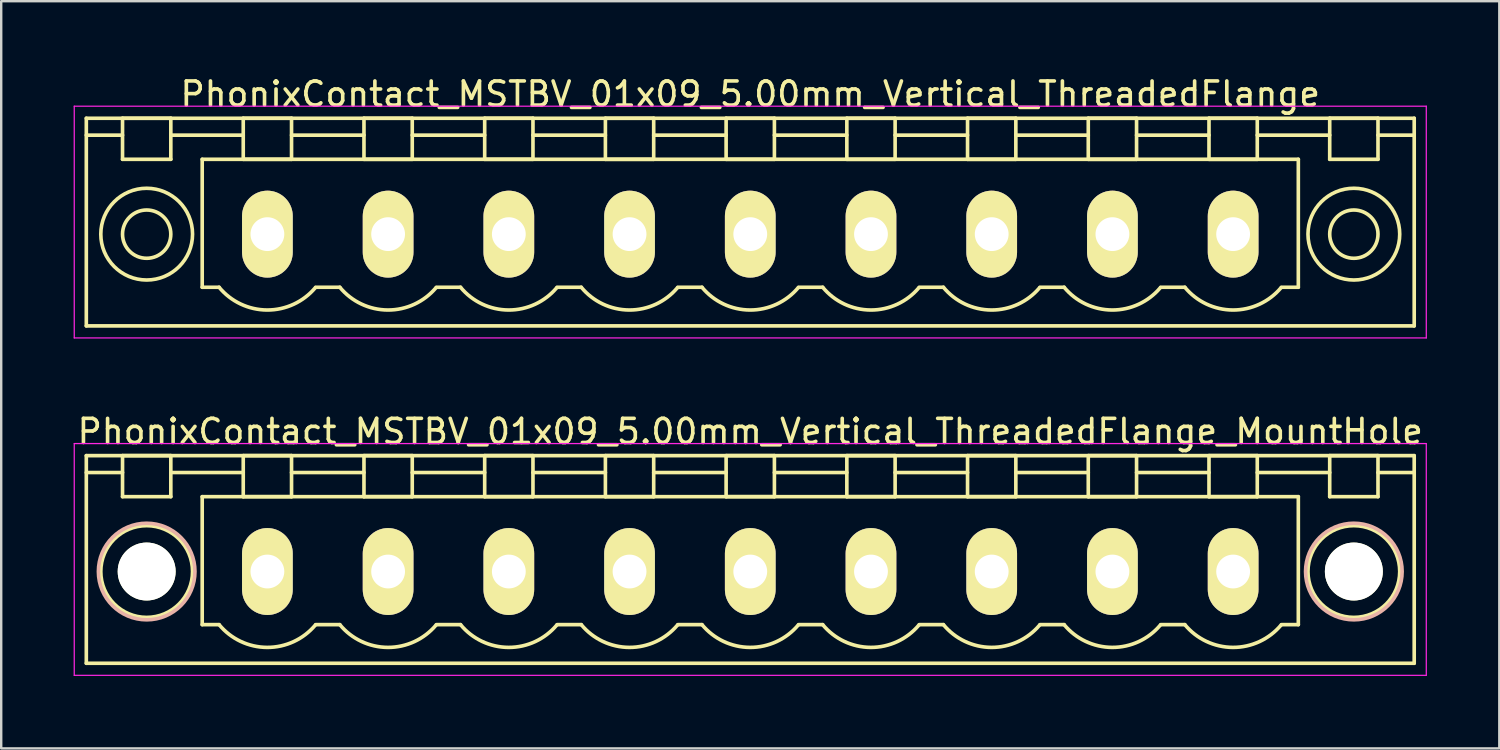
<source format=kicad_pcb>
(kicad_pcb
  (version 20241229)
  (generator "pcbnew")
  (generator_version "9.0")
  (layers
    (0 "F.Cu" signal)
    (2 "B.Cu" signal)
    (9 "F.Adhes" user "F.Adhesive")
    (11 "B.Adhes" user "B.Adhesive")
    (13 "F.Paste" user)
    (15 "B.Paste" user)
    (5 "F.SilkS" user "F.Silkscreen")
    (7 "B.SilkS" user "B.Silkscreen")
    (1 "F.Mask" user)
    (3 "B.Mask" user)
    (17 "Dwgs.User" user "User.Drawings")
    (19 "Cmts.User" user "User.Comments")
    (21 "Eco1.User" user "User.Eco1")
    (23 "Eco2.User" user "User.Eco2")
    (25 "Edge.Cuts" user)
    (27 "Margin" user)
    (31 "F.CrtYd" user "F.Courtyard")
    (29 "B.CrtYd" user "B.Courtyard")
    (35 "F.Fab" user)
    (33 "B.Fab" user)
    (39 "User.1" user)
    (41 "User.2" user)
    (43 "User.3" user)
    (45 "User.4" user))
  (footprint "PhonixContact_MSTBV_01x09_5.00mm_Vertical_ThreadedFlange_MountHole"
    (layer "F.Cu")
    (at 8.025 20.622)
    (property "Reference" "PhonixContact_MSTBV_01x09_5.00mm_Vertical_ThreadedFlange_MountHole" (at 20 -5.8 0) (layer "F.SilkS") (effects (font (size 1 1) (thickness 0.15))))
    (attr through_hole)
    (fp_line (start -7.5 -4.8) (end -7.5 3.8) (stroke (width 0.15) (type solid)) (layer "F.SilkS"))
    (fp_line (start -7.5 -4.1) (end -6 -4.1) (stroke (width 0.15) (type solid)) (layer "F.SilkS"))
    (fp_line (start -7.5 3.8) (end 47.5 3.8) (stroke (width 0.15) (type solid)) (layer "F.SilkS"))
    (fp_line (start -6 -4.8) (end -4 -4.8) (stroke (width 0.15) (type solid)) (layer "F.SilkS"))
    (fp_line (start -6 -3.1) (end -6 -4.8) (stroke (width 0.15) (type solid)) (layer "F.SilkS"))
    (fp_line (start -4 -4.8) (end -4 -3.1) (stroke (width 0.15) (type solid)) (layer "F.SilkS"))
    (fp_line (start -4 -4.1) (end -1 -4.1) (stroke (width 0.15) (type solid)) (layer "F.SilkS"))
    (fp_line (start -4 -3.1) (end -6 -3.1) (stroke (width 0.15) (type solid)) (layer "F.SilkS"))
    (fp_line (start -2.7 -3.1) (end 42.7 -3.1) (stroke (width 0.15) (type solid)) (layer "F.SilkS"))
    (fp_line (start -2.7 2.2) (end -2.7 -3.1) (stroke (width 0.15) (type solid)) (layer "F.SilkS"))
    (fp_line (start -2 2.2) (end -2.7 2.2) (stroke (width 0.15) (type solid)) (layer "F.SilkS"))
    (fp_line (start -1 -4.8) (end 1 -4.8) (stroke (width 0.15) (type solid)) (layer "F.SilkS"))
    (fp_line (start -1 -3.1) (end -1 -4.8) (stroke (width 0.15) (type solid)) (layer "F.SilkS"))
    (fp_line (start 1 -4.8) (end 1 -3.1) (stroke (width 0.15) (type solid)) (layer "F.SilkS"))
    (fp_line (start 1 -4.1) (end 4 -4.1) (stroke (width 0.15) (type solid)) (layer "F.SilkS"))
    (fp_line (start 1 -3.1) (end -1 -3.1) (stroke (width 0.15) (type solid)) (layer "F.SilkS"))
    (fp_line (start 2 2.2) (end 3 2.2) (stroke (width 0.15) (type solid)) (layer "F.SilkS"))
    (fp_line (start 4 -4.8) (end 6 -4.8) (stroke (width 0.15) (type solid)) (layer "F.SilkS"))
    (fp_line (start 4 -3.1) (end 4 -4.8) (stroke (width 0.15) (type solid)) (layer "F.SilkS"))
    (fp_line (start 6 -4.8) (end 6 -3.1) (stroke (width 0.15) (type solid)) (layer "F.SilkS"))
    (fp_line (start 6 -4.1) (end 9 -4.1) (stroke (width 0.15) (type solid)) (layer "F.SilkS"))
    (fp_line (start 6 -3.1) (end 4 -3.1) (stroke (width 0.15) (type solid)) (layer "F.SilkS"))
    (fp_line (start 7 2.2) (end 8 2.2) (stroke (width 0.15) (type solid)) (layer "F.SilkS"))
    (fp_line (start 9 -4.8) (end 11 -4.8) (stroke (width 0.15) (type solid)) (layer "F.SilkS"))
    (fp_line (start 9 -3.1) (end 9 -4.8) (stroke (width 0.15) (type solid)) (layer "F.SilkS"))
    (fp_line (start 11 -4.8) (end 11 -3.1) (stroke (width 0.15) (type solid)) (layer "F.SilkS"))
    (fp_line (start 11 -4.1) (end 14 -4.1) (stroke (width 0.15) (type solid)) (layer "F.SilkS"))
    (fp_line (start 11 -3.1) (end 9 -3.1) (stroke (width 0.15) (type solid)) (layer "F.SilkS"))
    (fp_line (start 12 2.2) (end 13 2.2) (stroke (width 0.15) (type solid)) (layer "F.SilkS"))
    (fp_line (start 14 -4.8) (end 16 -4.8) (stroke (width 0.15) (type solid)) (layer "F.SilkS"))
    (fp_line (start 14 -3.1) (end 14 -4.8) (stroke (width 0.15) (type solid)) (layer "F.SilkS"))
    (fp_line (start 16 -4.8) (end 16 -3.1) (stroke (width 0.15) (type solid)) (layer "F.SilkS"))
    (fp_line (start 16 -4.1) (end 19 -4.1) (stroke (width 0.15) (type solid)) (layer "F.SilkS"))
    (fp_line (start 16 -3.1) (end 14 -3.1) (stroke (width 0.15) (type solid)) (layer "F.SilkS"))
    (fp_line (start 17 2.2) (end 18 2.2) (stroke (width 0.15) (type solid)) (layer "F.SilkS"))
    (fp_line (start 19 -4.8) (end 21 -4.8) (stroke (width 0.15) (type solid)) (layer "F.SilkS"))
    (fp_line (start 19 -3.1) (end 19 -4.8) (stroke (width 0.15) (type solid)) (layer "F.SilkS"))
    (fp_line (start 21 -4.8) (end 21 -3.1) (stroke (width 0.15) (type solid)) (layer "F.SilkS"))
    (fp_line (start 21 -4.1) (end 24 -4.1) (stroke (width 0.15) (type solid)) (layer "F.SilkS"))
    (fp_line (start 21 -3.1) (end 19 -3.1) (stroke (width 0.15) (type solid)) (layer "F.SilkS"))
    (fp_line (start 22 2.2) (end 23 2.2) (stroke (width 0.15) (type solid)) (layer "F.SilkS"))
    (fp_line (start 24 -4.8) (end 26 -4.8) (stroke (width 0.15) (type solid)) (layer "F.SilkS"))
    (fp_line (start 24 -3.1) (end 24 -4.8) (stroke (width 0.15) (type solid)) (layer "F.SilkS"))
    (fp_line (start 26 -4.8) (end 26 -3.1) (stroke (width 0.15) (type solid)) (layer "F.SilkS"))
    (fp_line (start 26 -4.1) (end 29 -4.1) (stroke (width 0.15) (type solid)) (layer "F.SilkS"))
    (fp_line (start 26 -3.1) (end 24 -3.1) (stroke (width 0.15) (type solid)) (layer "F.SilkS"))
    (fp_line (start 27 2.2) (end 28 2.2) (stroke (width 0.15) (type solid)) (layer "F.SilkS"))
    (fp_line (start 29 -4.8) (end 31 -4.8) (stroke (width 0.15) (type solid)) (layer "F.SilkS"))
    (fp_line (start 29 -3.1) (end 29 -4.8) (stroke (width 0.15) (type solid)) (layer "F.SilkS"))
    (fp_line (start 31 -4.8) (end 31 -3.1) (stroke (width 0.15) (type solid)) (layer "F.SilkS"))
    (fp_line (start 31 -4.1) (end 34 -4.1) (stroke (width 0.15) (type solid)) (layer "F.SilkS"))
    (fp_line (start 31 -3.1) (end 29 -3.1) (stroke (width 0.15) (type solid)) (layer "F.SilkS"))
    (fp_line (start 32 2.2) (end 33 2.2) (stroke (width 0.15) (type solid)) (layer "F.SilkS"))
    (fp_line (start 34 -4.8) (end 36 -4.8) (stroke (width 0.15) (type solid)) (layer "F.SilkS"))
    (fp_line (start 34 -3.1) (end 34 -4.8) (stroke (width 0.15) (type solid)) (layer "F.SilkS"))
    (fp_line (start 36 -4.8) (end 36 -3.1) (stroke (width 0.15) (type solid)) (layer "F.SilkS"))
    (fp_line (start 36 -4.1) (end 39 -4.1) (stroke (width 0.15) (type solid)) (layer "F.SilkS"))
    (fp_line (start 36 -3.1) (end 34 -3.1) (stroke (width 0.15) (type solid)) (layer "F.SilkS"))
    (fp_line (start 37 2.2) (end 38 2.2) (stroke (width 0.15) (type solid)) (layer "F.SilkS"))
    (fp_line (start 39 -4.8) (end 41 -4.8) (stroke (width 0.15) (type solid)) (layer "F.SilkS"))
    (fp_line (start 39 -3.1) (end 39 -4.8) (stroke (width 0.15) (type solid)) (layer "F.SilkS"))
    (fp_line (start 41 -4.8) (end 41 -3.1) (stroke (width 0.15) (type solid)) (layer "F.SilkS"))
    (fp_line (start 41 -4.1) (end 44 -4.1) (stroke (width 0.15) (type solid)) (layer "F.SilkS"))
    (fp_line (start 41 -3.1) (end 39 -3.1) (stroke (width 0.15) (type solid)) (layer "F.SilkS"))
    (fp_line (start 42.7 -3.1) (end 42.7 2.2) (stroke (width 0.15) (type solid)) (layer "F.SilkS"))
    (fp_line (start 42.7 2.2) (end 42 2.2) (stroke (width 0.15) (type solid)) (layer "F.SilkS"))
    (fp_line (start 44 -4.8) (end 46 -4.8) (stroke (width 0.15) (type solid)) (layer "F.SilkS"))
    (fp_line (start 44 -3.1) (end 44 -4.8) (stroke (width 0.15) (type solid)) (layer "F.SilkS"))
    (fp_line (start 46 -4.8) (end 46 -3.1) (stroke (width 0.15) (type solid)) (layer "F.SilkS"))
    (fp_line (start 46 -3.1) (end 44 -3.1) (stroke (width 0.15) (type solid)) (layer "F.SilkS"))
    (fp_line (start 47.5 -4.8) (end -7.5 -4.8) (stroke (width 0.15) (type solid)) (layer "F.SilkS"))
    (fp_line (start 47.5 -4.1) (end 46 -4.1) (stroke (width 0.15) (type solid)) (layer "F.SilkS"))
    (fp_line (start 47.5 3.8) (end 47.5 -4.8) (stroke (width 0.15) (type solid)) (layer "F.SilkS"))
    (fp_arc (start 1.986842 2.215821) (mid -0.010289 3.142758) (end -2 2.2) (stroke (width 0.15) (type solid)) (layer "F.SilkS"))
    (fp_arc (start 6.986842 2.215821) (mid 4.989711 3.142758) (end 3 2.2) (stroke (width 0.15) (type solid)) (layer "F.SilkS"))
    (fp_arc (start 11.986842 2.215821) (mid 9.989711 3.142758) (end 8 2.2) (stroke (width 0.15) (type solid)) (layer "F.SilkS"))
    (fp_arc (start 16.986842 2.215821) (mid 14.989711 3.142758) (end 13 2.2) (stroke (width 0.15) (type solid)) (layer "F.SilkS"))
    (fp_arc (start 21.986842 2.215821) (mid 19.989711 3.142758) (end 18 2.2) (stroke (width 0.15) (type solid)) (layer "F.SilkS"))
    (fp_arc (start 26.986842 2.215821) (mid 24.989711 3.142758) (end 23 2.2) (stroke (width 0.15) (type solid)) (layer "F.SilkS"))
    (fp_arc (start 31.986842 2.215821) (mid 29.989711 3.142758) (end 28 2.2) (stroke (width 0.15) (type solid)) (layer "F.SilkS"))
    (fp_arc (start 36.986842 2.215821) (mid 34.989711 3.142758) (end 33 2.2) (stroke (width 0.15) (type solid)) (layer "F.SilkS"))
    (fp_arc (start 41.986842 2.215821) (mid 39.989711 3.142758) (end 38 2.2) (stroke (width 0.15) (type solid)) (layer "F.SilkS"))
    (fp_circle (center -5 0) (end -4 0) (stroke (width 0.15) (type solid)) (fill no) (layer "F.SilkS"))
    (fp_circle (center -5 0) (end -3.1 0) (stroke (width 0.15) (type solid)) (fill no) (layer "F.SilkS"))
    (fp_circle (center 45 0) (end 46 0) (stroke (width 0.15) (type solid)) (fill no) (layer "F.SilkS"))
    (fp_circle (center 45 0) (end 46.9 0) (stroke (width 0.15) (type solid)) (fill no) (layer "F.SilkS"))
    (fp_circle (center -5 0) (end -3 0) (stroke (width 0.15) (type solid)) (fill no) (layer "B.SilkS"))
    (fp_circle (center 45 0) (end 47 0) (stroke (width 0.15) (type solid)) (fill no) (layer "B.SilkS"))
    (fp_line (start -8 -5.3) (end -8 4.3) (stroke (width 0.05) (type solid)) (layer "F.CrtYd"))
    (fp_line (start -8 4.3) (end 48 4.3) (stroke (width 0.05) (type solid)) (layer "F.CrtYd"))
    (fp_line (start 48 -5.3) (end -8 -5.3) (stroke (width 0.05) (type solid)) (layer "F.CrtYd"))
    (fp_line (start 48 4.3) (end 48 -5.3) (stroke (width 0.05) (type solid)) (layer "F.CrtYd"))
    (pad "" np_thru_hole circle (at -5 0) (size 2.4 2.4) (drill 2.4) (layers "*.Cu" "*.Mask" "F.SilkS"))
    (pad "" np_thru_hole circle (at 45 0) (size 2.4 2.4) (drill 2.4) (layers "*.Cu" "*.Mask" "F.SilkS"))
    (pad "1" thru_hole oval (at 0 0) (size 2.1 3.6) (drill 1.4) (layers "*.Cu" "*.Mask" "F.SilkS"))
    (pad "2" thru_hole oval (at 5 0) (size 2.1 3.6) (drill 1.4) (layers "*.Cu" "*.Mask" "F.SilkS"))
    (pad "3" thru_hole oval (at 10 0) (size 2.1 3.6) (drill 1.4) (layers "*.Cu" "*.Mask" "F.SilkS"))
    (pad "4" thru_hole oval (at 15 0) (size 2.1 3.6) (drill 1.4) (layers "*.Cu" "*.Mask" "F.SilkS"))
    (pad "5" thru_hole oval (at 20 0) (size 2.1 3.6) (drill 1.4) (layers "*.Cu" "*.Mask" "F.SilkS"))
    (pad "6" thru_hole oval (at 25 0) (size 2.1 3.6) (drill 1.4) (layers "*.Cu" "*.Mask" "F.SilkS"))
    (pad "7" thru_hole oval (at 30 0) (size 2.1 3.6) (drill 1.4) (layers "*.Cu" "*.Mask" "F.SilkS"))
    (pad "8" thru_hole oval (at 35 0) (size 2.1 3.6) (drill 1.4) (layers "*.Cu" "*.Mask" "F.SilkS"))
    (pad "9" thru_hole oval (at 40 0) (size 2.1 3.6) (drill 1.4) (layers "*.Cu" "*.Mask" "F.SilkS")))
  (footprint "PhonixContact_MSTBV_01x09_5.00mm_Vertical_ThreadedFlange"
    (layer "F.Cu")
    (at 8.025 6.648)
    (property "Reference" "PhonixContact_MSTBV_01x09_5.00mm_Vertical_ThreadedFlange" (at 20 -5.8 0) (layer "F.SilkS") (effects (font (size 1 1) (thickness 0.15))))
    (attr through_hole)
    (fp_line (start -7.5 -4.8) (end -7.5 3.8) (stroke (width 0.15) (type solid)) (layer "F.SilkS"))
    (fp_line (start -7.5 -4.1) (end -6 -4.1) (stroke (width 0.15) (type solid)) (layer "F.SilkS"))
    (fp_line (start -7.5 3.8) (end 47.5 3.8) (stroke (width 0.15) (type solid)) (layer "F.SilkS"))
    (fp_line (start -6 -4.8) (end -4 -4.8) (stroke (width 0.15) (type solid)) (layer "F.SilkS"))
    (fp_line (start -6 -3.1) (end -6 -4.8) (stroke (width 0.15) (type solid)) (layer "F.SilkS"))
    (fp_line (start -4 -4.8) (end -4 -3.1) (stroke (width 0.15) (type solid)) (layer "F.SilkS"))
    (fp_line (start -4 -4.1) (end -1 -4.1) (stroke (width 0.15) (type solid)) (layer "F.SilkS"))
    (fp_line (start -4 -3.1) (end -6 -3.1) (stroke (width 0.15) (type solid)) (layer "F.SilkS"))
    (fp_line (start -2.7 -3.1) (end 42.7 -3.1) (stroke (width 0.15) (type solid)) (layer "F.SilkS"))
    (fp_line (start -2.7 2.2) (end -2.7 -3.1) (stroke (width 0.15) (type solid)) (layer "F.SilkS"))
    (fp_line (start -2 2.2) (end -2.7 2.2) (stroke (width 0.15) (type solid)) (layer "F.SilkS"))
    (fp_line (start -1 -4.8) (end 1 -4.8) (stroke (width 0.15) (type solid)) (layer "F.SilkS"))
    (fp_line (start -1 -3.1) (end -1 -4.8) (stroke (width 0.15) (type solid)) (layer "F.SilkS"))
    (fp_line (start 1 -4.8) (end 1 -3.1) (stroke (width 0.15) (type solid)) (layer "F.SilkS"))
    (fp_line (start 1 -4.1) (end 4 -4.1) (stroke (width 0.15) (type solid)) (layer "F.SilkS"))
    (fp_line (start 1 -3.1) (end -1 -3.1) (stroke (width 0.15) (type solid)) (layer "F.SilkS"))
    (fp_line (start 2 2.2) (end 3 2.2) (stroke (width 0.15) (type solid)) (layer "F.SilkS"))
    (fp_line (start 4 -4.8) (end 6 -4.8) (stroke (width 0.15) (type solid)) (layer "F.SilkS"))
    (fp_line (start 4 -3.1) (end 4 -4.8) (stroke (width 0.15) (type solid)) (layer "F.SilkS"))
    (fp_line (start 6 -4.8) (end 6 -3.1) (stroke (width 0.15) (type solid)) (layer "F.SilkS"))
    (fp_line (start 6 -4.1) (end 9 -4.1) (stroke (width 0.15) (type solid)) (layer "F.SilkS"))
    (fp_line (start 6 -3.1) (end 4 -3.1) (stroke (width 0.15) (type solid)) (layer "F.SilkS"))
    (fp_line (start 7 2.2) (end 8 2.2) (stroke (width 0.15) (type solid)) (layer "F.SilkS"))
    (fp_line (start 9 -4.8) (end 11 -4.8) (stroke (width 0.15) (type solid)) (layer "F.SilkS"))
    (fp_line (start 9 -3.1) (end 9 -4.8) (stroke (width 0.15) (type solid)) (layer "F.SilkS"))
    (fp_line (start 11 -4.8) (end 11 -3.1) (stroke (width 0.15) (type solid)) (layer "F.SilkS"))
    (fp_line (start 11 -4.1) (end 14 -4.1) (stroke (width 0.15) (type solid)) (layer "F.SilkS"))
    (fp_line (start 11 -3.1) (end 9 -3.1) (stroke (width 0.15) (type solid)) (layer "F.SilkS"))
    (fp_line (start 12 2.2) (end 13 2.2) (stroke (width 0.15) (type solid)) (layer "F.SilkS"))
    (fp_line (start 14 -4.8) (end 16 -4.8) (stroke (width 0.15) (type solid)) (layer "F.SilkS"))
    (fp_line (start 14 -3.1) (end 14 -4.8) (stroke (width 0.15) (type solid)) (layer "F.SilkS"))
    (fp_line (start 16 -4.8) (end 16 -3.1) (stroke (width 0.15) (type solid)) (layer "F.SilkS"))
    (fp_line (start 16 -4.1) (end 19 -4.1) (stroke (width 0.15) (type solid)) (layer "F.SilkS"))
    (fp_line (start 16 -3.1) (end 14 -3.1) (stroke (width 0.15) (type solid)) (layer "F.SilkS"))
    (fp_line (start 17 2.2) (end 18 2.2) (stroke (width 0.15) (type solid)) (layer "F.SilkS"))
    (fp_line (start 19 -4.8) (end 21 -4.8) (stroke (width 0.15) (type solid)) (layer "F.SilkS"))
    (fp_line (start 19 -3.1) (end 19 -4.8) (stroke (width 0.15) (type solid)) (layer "F.SilkS"))
    (fp_line (start 21 -4.8) (end 21 -3.1) (stroke (width 0.15) (type solid)) (layer "F.SilkS"))
    (fp_line (start 21 -4.1) (end 24 -4.1) (stroke (width 0.15) (type solid)) (layer "F.SilkS"))
    (fp_line (start 21 -3.1) (end 19 -3.1) (stroke (width 0.15) (type solid)) (layer "F.SilkS"))
    (fp_line (start 22 2.2) (end 23 2.2) (stroke (width 0.15) (type solid)) (layer "F.SilkS"))
    (fp_line (start 24 -4.8) (end 26 -4.8) (stroke (width 0.15) (type solid)) (layer "F.SilkS"))
    (fp_line (start 24 -3.1) (end 24 -4.8) (stroke (width 0.15) (type solid)) (layer "F.SilkS"))
    (fp_line (start 26 -4.8) (end 26 -3.1) (stroke (width 0.15) (type solid)) (layer "F.SilkS"))
    (fp_line (start 26 -4.1) (end 29 -4.1) (stroke (width 0.15) (type solid)) (layer "F.SilkS"))
    (fp_line (start 26 -3.1) (end 24 -3.1) (stroke (width 0.15) (type solid)) (layer "F.SilkS"))
    (fp_line (start 27 2.2) (end 28 2.2) (stroke (width 0.15) (type solid)) (layer "F.SilkS"))
    (fp_line (start 29 -4.8) (end 31 -4.8) (stroke (width 0.15) (type solid)) (layer "F.SilkS"))
    (fp_line (start 29 -3.1) (end 29 -4.8) (stroke (width 0.15) (type solid)) (layer "F.SilkS"))
    (fp_line (start 31 -4.8) (end 31 -3.1) (stroke (width 0.15) (type solid)) (layer "F.SilkS"))
    (fp_line (start 31 -4.1) (end 34 -4.1) (stroke (width 0.15) (type solid)) (layer "F.SilkS"))
    (fp_line (start 31 -3.1) (end 29 -3.1) (stroke (width 0.15) (type solid)) (layer "F.SilkS"))
    (fp_line (start 32 2.2) (end 33 2.2) (stroke (width 0.15) (type solid)) (layer "F.SilkS"))
    (fp_line (start 34 -4.8) (end 36 -4.8) (stroke (width 0.15) (type solid)) (layer "F.SilkS"))
    (fp_line (start 34 -3.1) (end 34 -4.8) (stroke (width 0.15) (type solid)) (layer "F.SilkS"))
    (fp_line (start 36 -4.8) (end 36 -3.1) (stroke (width 0.15) (type solid)) (layer "F.SilkS"))
    (fp_line (start 36 -4.1) (end 39 -4.1) (stroke (width 0.15) (type solid)) (layer "F.SilkS"))
    (fp_line (start 36 -3.1) (end 34 -3.1) (stroke (width 0.15) (type solid)) (layer "F.SilkS"))
    (fp_line (start 37 2.2) (end 38 2.2) (stroke (width 0.15) (type solid)) (layer "F.SilkS"))
    (fp_line (start 39 -4.8) (end 41 -4.8) (stroke (width 0.15) (type solid)) (layer "F.SilkS"))
    (fp_line (start 39 -3.1) (end 39 -4.8) (stroke (width 0.15) (type solid)) (layer "F.SilkS"))
    (fp_line (start 41 -4.8) (end 41 -3.1) (stroke (width 0.15) (type solid)) (layer "F.SilkS"))
    (fp_line (start 41 -4.1) (end 44 -4.1) (stroke (width 0.15) (type solid)) (layer "F.SilkS"))
    (fp_line (start 41 -3.1) (end 39 -3.1) (stroke (width 0.15) (type solid)) (layer "F.SilkS"))
    (fp_line (start 42.7 -3.1) (end 42.7 2.2) (stroke (width 0.15) (type solid)) (layer "F.SilkS"))
    (fp_line (start 42.7 2.2) (end 42 2.2) (stroke (width 0.15) (type solid)) (layer "F.SilkS"))
    (fp_line (start 44 -4.8) (end 46 -4.8) (stroke (width 0.15) (type solid)) (layer "F.SilkS"))
    (fp_line (start 44 -3.1) (end 44 -4.8) (stroke (width 0.15) (type solid)) (layer "F.SilkS"))
    (fp_line (start 46 -4.8) (end 46 -3.1) (stroke (width 0.15) (type solid)) (layer "F.SilkS"))
    (fp_line (start 46 -3.1) (end 44 -3.1) (stroke (width 0.15) (type solid)) (layer "F.SilkS"))
    (fp_line (start 47.5 -4.8) (end -7.5 -4.8) (stroke (width 0.15) (type solid)) (layer "F.SilkS"))
    (fp_line (start 47.5 -4.1) (end 46 -4.1) (stroke (width 0.15) (type solid)) (layer "F.SilkS"))
    (fp_line (start 47.5 3.8) (end 47.5 -4.8) (stroke (width 0.15) (type solid)) (layer "F.SilkS"))
    (fp_arc (start 1.986842 2.215821) (mid -0.010289 3.142758) (end -2 2.2) (stroke (width 0.15) (type solid)) (layer "F.SilkS"))
    (fp_arc (start 6.986842 2.215821) (mid 4.989711 3.142758) (end 3 2.2) (stroke (width 0.15) (type solid)) (layer "F.SilkS"))
    (fp_arc (start 11.986842 2.215821) (mid 9.989711 3.142758) (end 8 2.2) (stroke (width 0.15) (type solid)) (layer "F.SilkS"))
    (fp_arc (start 16.986842 2.215821) (mid 14.989711 3.142758) (end 13 2.2) (stroke (width 0.15) (type solid)) (layer "F.SilkS"))
    (fp_arc (start 21.986842 2.215821) (mid 19.989711 3.142758) (end 18 2.2) (stroke (width 0.15) (type solid)) (layer "F.SilkS"))
    (fp_arc (start 26.986842 2.215821) (mid 24.989711 3.142758) (end 23 2.2) (stroke (width 0.15) (type solid)) (layer "F.SilkS"))
    (fp_arc (start 31.986842 2.215821) (mid 29.989711 3.142758) (end 28 2.2) (stroke (width 0.15) (type solid)) (layer "F.SilkS"))
    (fp_arc (start 36.986842 2.215821) (mid 34.989711 3.142758) (end 33 2.2) (stroke (width 0.15) (type solid)) (layer "F.SilkS"))
    (fp_arc (start 41.986842 2.215821) (mid 39.989711 3.142758) (end 38 2.2) (stroke (width 0.15) (type solid)) (layer "F.SilkS"))
    (fp_circle (center -5 0) (end -4 0) (stroke (width 0.15) (type solid)) (fill no) (layer "F.SilkS"))
    (fp_circle (center -5 0) (end -3.1 0) (stroke (width 0.15) (type solid)) (fill no) (layer "F.SilkS"))
    (fp_circle (center 45 0) (end 46 0) (stroke (width 0.15) (type solid)) (fill no) (layer "F.SilkS"))
    (fp_circle (center 45 0) (end 46.9 0) (stroke (width 0.15) (type solid)) (fill no) (layer "F.SilkS"))
    (fp_line (start -8 -5.3) (end -8 4.3) (stroke (width 0.05) (type solid)) (layer "F.CrtYd"))
    (fp_line (start -8 4.3) (end 48 4.3) (stroke (width 0.05) (type solid)) (layer "F.CrtYd"))
    (fp_line (start 48 -5.3) (end -8 -5.3) (stroke (width 0.05) (type solid)) (layer "F.CrtYd"))
    (fp_line (start 48 4.3) (end 48 -5.3) (stroke (width 0.05) (type solid)) (layer "F.CrtYd"))
    (pad "1" thru_hole oval (at 0 0) (size 2.1 3.6) (drill 1.4) (layers "*.Cu" "*.Mask" "F.SilkS"))
    (pad "2" thru_hole oval (at 5 0) (size 2.1 3.6) (drill 1.4) (layers "*.Cu" "*.Mask" "F.SilkS"))
    (pad "3" thru_hole oval (at 10 0) (size 2.1 3.6) (drill 1.4) (layers "*.Cu" "*.Mask" "F.SilkS"))
    (pad "4" thru_hole oval (at 15 0) (size 2.1 3.6) (drill 1.4) (layers "*.Cu" "*.Mask" "F.SilkS"))
    (pad "5" thru_hole oval (at 20 0) (size 2.1 3.6) (drill 1.4) (layers "*.Cu" "*.Mask" "F.SilkS"))
    (pad "6" thru_hole oval (at 25 0) (size 2.1 3.6) (drill 1.4) (layers "*.Cu" "*.Mask" "F.SilkS"))
    (pad "7" thru_hole oval (at 30 0) (size 2.1 3.6) (drill 1.4) (layers "*.Cu" "*.Mask" "F.SilkS"))
    (pad "8" thru_hole oval (at 35 0) (size 2.1 3.6) (drill 1.4) (layers "*.Cu" "*.Mask" "F.SilkS"))
    (pad "9" thru_hole oval (at 40 0) (size 2.1 3.6) (drill 1.4) (layers "*.Cu" "*.Mask" "F.SilkS")))
  (gr_rect
    (start -3 -3)
    (end 59.05 27.947)
    (stroke (width 0.1) (type default))
    (fill no)
    (layer "Edge.Cuts")))
</source>
